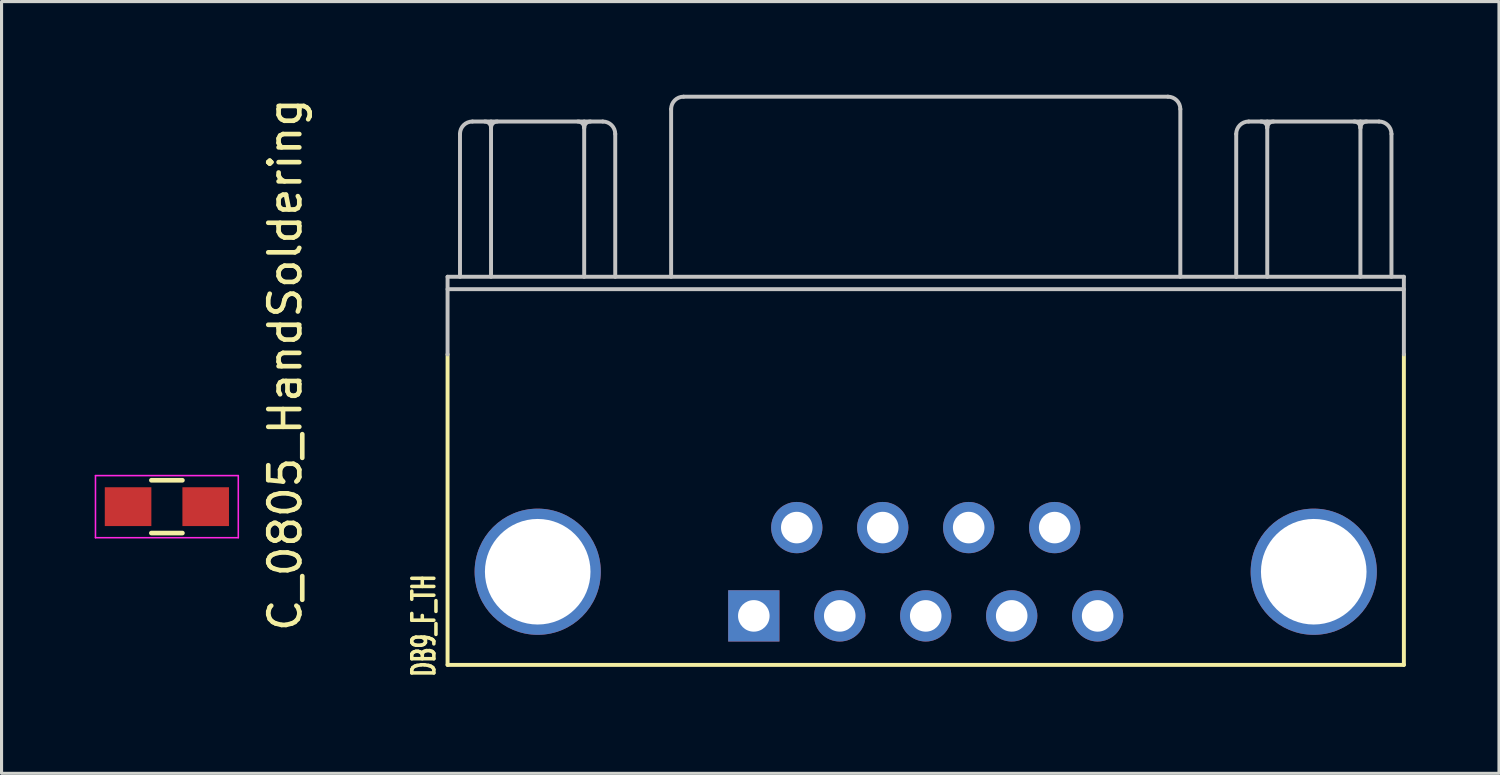
<source format=kicad_pcb>
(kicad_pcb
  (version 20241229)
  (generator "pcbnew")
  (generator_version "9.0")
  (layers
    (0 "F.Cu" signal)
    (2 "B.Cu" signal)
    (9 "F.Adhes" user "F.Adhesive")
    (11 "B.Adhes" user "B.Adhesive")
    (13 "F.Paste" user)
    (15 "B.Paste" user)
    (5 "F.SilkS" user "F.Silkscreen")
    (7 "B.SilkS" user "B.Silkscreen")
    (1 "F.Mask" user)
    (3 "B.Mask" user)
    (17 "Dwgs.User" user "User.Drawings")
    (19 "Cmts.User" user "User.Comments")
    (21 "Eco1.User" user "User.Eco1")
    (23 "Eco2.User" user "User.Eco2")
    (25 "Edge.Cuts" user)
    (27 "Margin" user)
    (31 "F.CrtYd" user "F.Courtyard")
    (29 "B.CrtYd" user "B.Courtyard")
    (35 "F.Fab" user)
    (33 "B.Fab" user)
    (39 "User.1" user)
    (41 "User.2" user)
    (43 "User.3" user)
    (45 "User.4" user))
  (footprint "C_0805_HandSoldering"
    (layer "F.Cu")
    (at 2.325 13.268)
    (property "Reference" "C_0805_HandSoldering" (at 3.81 -4.572 270) (layer "F.SilkS") (effects (font (size 1 1) (thickness 0.15))))
    (attr smd)
    (fp_line (start -0.5 0.85) (end 0.5 0.85) (stroke (width 0.15) (type solid)) (layer "F.SilkS"))
    (fp_line (start 0.5 -0.85) (end -0.5 -0.85) (stroke (width 0.15) (type solid)) (layer "F.SilkS"))
    (fp_line (start -2.3 -1) (end -2.3 1) (stroke (width 0.05) (type solid)) (layer "F.CrtYd"))
    (fp_line (start -2.3 -1) (end 2.3 -1) (stroke (width 0.05) (type solid)) (layer "F.CrtYd"))
    (fp_line (start -2.3 1) (end 2.3 1) (stroke (width 0.05) (type solid)) (layer "F.CrtYd"))
    (fp_line (start 2.3 -1) (end 2.3 1) (stroke (width 0.05) (type solid)) (layer "F.CrtYd"))
    (pad "1" smd rect (at -1.25 0) (size 1.5 1.25) (layers "F.Cu" "F.Mask" "F.Paste"))
    (pad "2" smd rect (at 1.25 0) (size 1.5 1.25) (layers "F.Cu" "F.Mask" "F.Paste")))
  (footprint "DB9_F_TH"
    (layer "F.Cu")
    (at 26.765 15.364)
    (property "Reference" "DB9_F_TH" (at -16.165 1.735 90) (layer "F.SilkS") (effects (font (size 0.711 0.457) (thickness 0.114))))
    (attr through_hole)
    (fp_line (start -15.4 3) (end -15.4 -7) (stroke (width 0.127) (type solid)) (layer "F.SilkS"))
    (fp_line (start 15.4 3) (end -15.4 3) (stroke (width 0.127) (type solid)) (layer "F.SilkS"))
    (fp_line (start 15.4 3) (end 15.4 -7) (stroke (width 0.127) (type solid)) (layer "F.SilkS"))
    (fp_line (start -15.4 -9.5) (end -15.4 -7) (stroke (width 0.127) (type solid)) (layer "Dwgs.User"))
    (fp_line (start -15.4 -9.5) (end 15.4 -9.5) (stroke (width 0.127) (type solid)) (layer "Dwgs.User"))
    (fp_line (start -15.4 -9.1) (end 15.4 -9.1) (stroke (width 0.127) (type solid)) (layer "Dwgs.User"))
    (fp_line (start -15 -14.1) (end -15 -9.5) (stroke (width 0.127) (type solid)) (layer "Dwgs.User"))
    (fp_line (start -14.6 -14.5) (end -10.4 -14.5) (stroke (width 0.127) (type solid)) (layer "Dwgs.User"))
    (fp_line (start -14 -14.5) (end -14 -9.5) (stroke (width 0.127) (type solid)) (layer "Dwgs.User"))
    (fp_line (start -11 -14.5) (end -11 -9.5) (stroke (width 0.127) (type solid)) (layer "Dwgs.User"))
    (fp_line (start -10 -14.1) (end -10 -9.5) (stroke (width 0.127) (type solid)) (layer "Dwgs.User"))
    (fp_line (start -8.2 -14.9) (end -8.2 -9.5) (stroke (width 0.127) (type solid)) (layer "Dwgs.User"))
    (fp_line (start 7.8 -15.3) (end -7.8 -15.3) (stroke (width 0.127) (type solid)) (layer "Dwgs.User"))
    (fp_line (start 8.2 -14.9) (end 8.2 -9.5) (stroke (width 0.127) (type solid)) (layer "Dwgs.User"))
    (fp_line (start 10 -14.1) (end 10 -9.5) (stroke (width 0.127) (type solid)) (layer "Dwgs.User"))
    (fp_line (start 10.4 -14.5) (end 14.6 -14.5) (stroke (width 0.127) (type solid)) (layer "Dwgs.User"))
    (fp_line (start 11 -14.5) (end 11 -9.5) (stroke (width 0.127) (type solid)) (layer "Dwgs.User"))
    (fp_line (start 14 -14.5) (end 14 -9.5) (stroke (width 0.127) (type solid)) (layer "Dwgs.User"))
    (fp_line (start 15 -14.1) (end 15 -9.5) (stroke (width 0.127) (type solid)) (layer "Dwgs.User"))
    (fp_line (start 15.4 -9.5) (end 15.4 -7) (stroke (width 0.127) (type solid)) (layer "Dwgs.User"))
    (fp_arc (start -15 -14.1) (mid -14.882843 -14.382843) (end -14.6 -14.5) (stroke (width 0.127) (type solid)) (layer "Dwgs.User"))
    (fp_arc (start -14.2 -14.5) (mid -14.058579 -14.441421) (end -14 -14.3) (stroke (width 0.127) (type solid)) (layer "Dwgs.User"))
    (fp_arc (start -14 -14.3) (mid -13.941421 -14.441421) (end -13.8 -14.5) (stroke (width 0.127) (type solid)) (layer "Dwgs.User"))
    (fp_arc (start -11.2 -14.5) (mid -11.058579 -14.441421) (end -11 -14.3) (stroke (width 0.127) (type solid)) (layer "Dwgs.User"))
    (fp_arc (start -11 -14.3) (mid -10.941421 -14.441421) (end -10.8 -14.5) (stroke (width 0.127) (type solid)) (layer "Dwgs.User"))
    (fp_arc (start -10.4 -14.5) (mid -10.117157 -14.382843) (end -10 -14.1) (stroke (width 0.127) (type solid)) (layer "Dwgs.User"))
    (fp_arc (start -8.2 -14.9) (mid -8.082843 -15.182843) (end -7.8 -15.3) (stroke (width 0.127) (type solid)) (layer "Dwgs.User"))
    (fp_arc (start 7.8 -15.3) (mid 8.082843 -15.182843) (end 8.2 -14.9) (stroke (width 0.127) (type solid)) (layer "Dwgs.User"))
    (fp_arc (start 10 -14.1) (mid 10.117157 -14.382843) (end 10.4 -14.5) (stroke (width 0.127) (type solid)) (layer "Dwgs.User"))
    (fp_arc (start 10.8 -14.5) (mid 10.941421 -14.441421) (end 11 -14.3) (stroke (width 0.127) (type solid)) (layer "Dwgs.User"))
    (fp_arc (start 11 -14.3) (mid 11.058579 -14.441421) (end 11.2 -14.5) (stroke (width 0.127) (type solid)) (layer "Dwgs.User"))
    (fp_arc (start 13.8 -14.5) (mid 13.941421 -14.441421) (end 14 -14.3) (stroke (width 0.127) (type solid)) (layer "Dwgs.User"))
    (fp_arc (start 14 -14.3) (mid 14.058579 -14.441421) (end 14.2 -14.5) (stroke (width 0.127) (type solid)) (layer "Dwgs.User"))
    (fp_arc (start 14.6 -14.5) (mid 14.882843 -14.382843) (end 15 -14.1) (stroke (width 0.127) (type solid)) (layer "Dwgs.User"))
    (pad "1" thru_hole rect (at -5.537 1.422) (size 1.651 1.651) (drill 1.016) (layers "*.Cu" "*.Mask"))
    (pad "2" thru_hole circle (at -2.769 1.422) (size 1.651 1.651) (drill 1.016) (layers "*.Cu" "*.Mask"))
    (pad "3" thru_hole circle (at 0 1.422) (size 1.651 1.651) (drill 1.016) (layers "*.Cu" "*.Mask"))
    (pad "4" thru_hole circle (at 2.769 1.422) (size 1.651 1.651) (drill 1.016) (layers "*.Cu" "*.Mask"))
    (pad "5" thru_hole circle (at 5.537 1.422) (size 1.651 1.651) (drill 1.016) (layers "*.Cu" "*.Mask"))
    (pad "6" thru_hole circle (at -4.153 -1.422) (size 1.651 1.651) (drill 1.016) (layers "*.Cu" "*.Mask"))
    (pad "7" thru_hole circle (at -1.384 -1.422) (size 1.651 1.651) (drill 1.016) (layers "*.Cu" "*.Mask"))
    (pad "8" thru_hole circle (at 1.384 -1.422) (size 1.651 1.651) (drill 1.016) (layers "*.Cu" "*.Mask"))
    (pad "9" thru_hole circle (at 4.153 -1.422) (size 1.651 1.651) (drill 1.016) (layers "*.Cu" "*.Mask"))
    (pad "10" thru_hole circle (at -12.497 0) (size 4.064 4.064) (drill 3.4) (layers "*.Cu" "*.Mask"))
    (pad "11" thru_hole circle (at 12.497 0) (size 4.064 4.064) (drill 3.4) (layers "*.Cu" "*.Mask")))
  (gr_rect
    (start -3 -3)
    (end 45.228 21.857)
    (stroke (width 0.1) (type default))
    (fill no)
    (layer "Edge.Cuts")))
</source>
